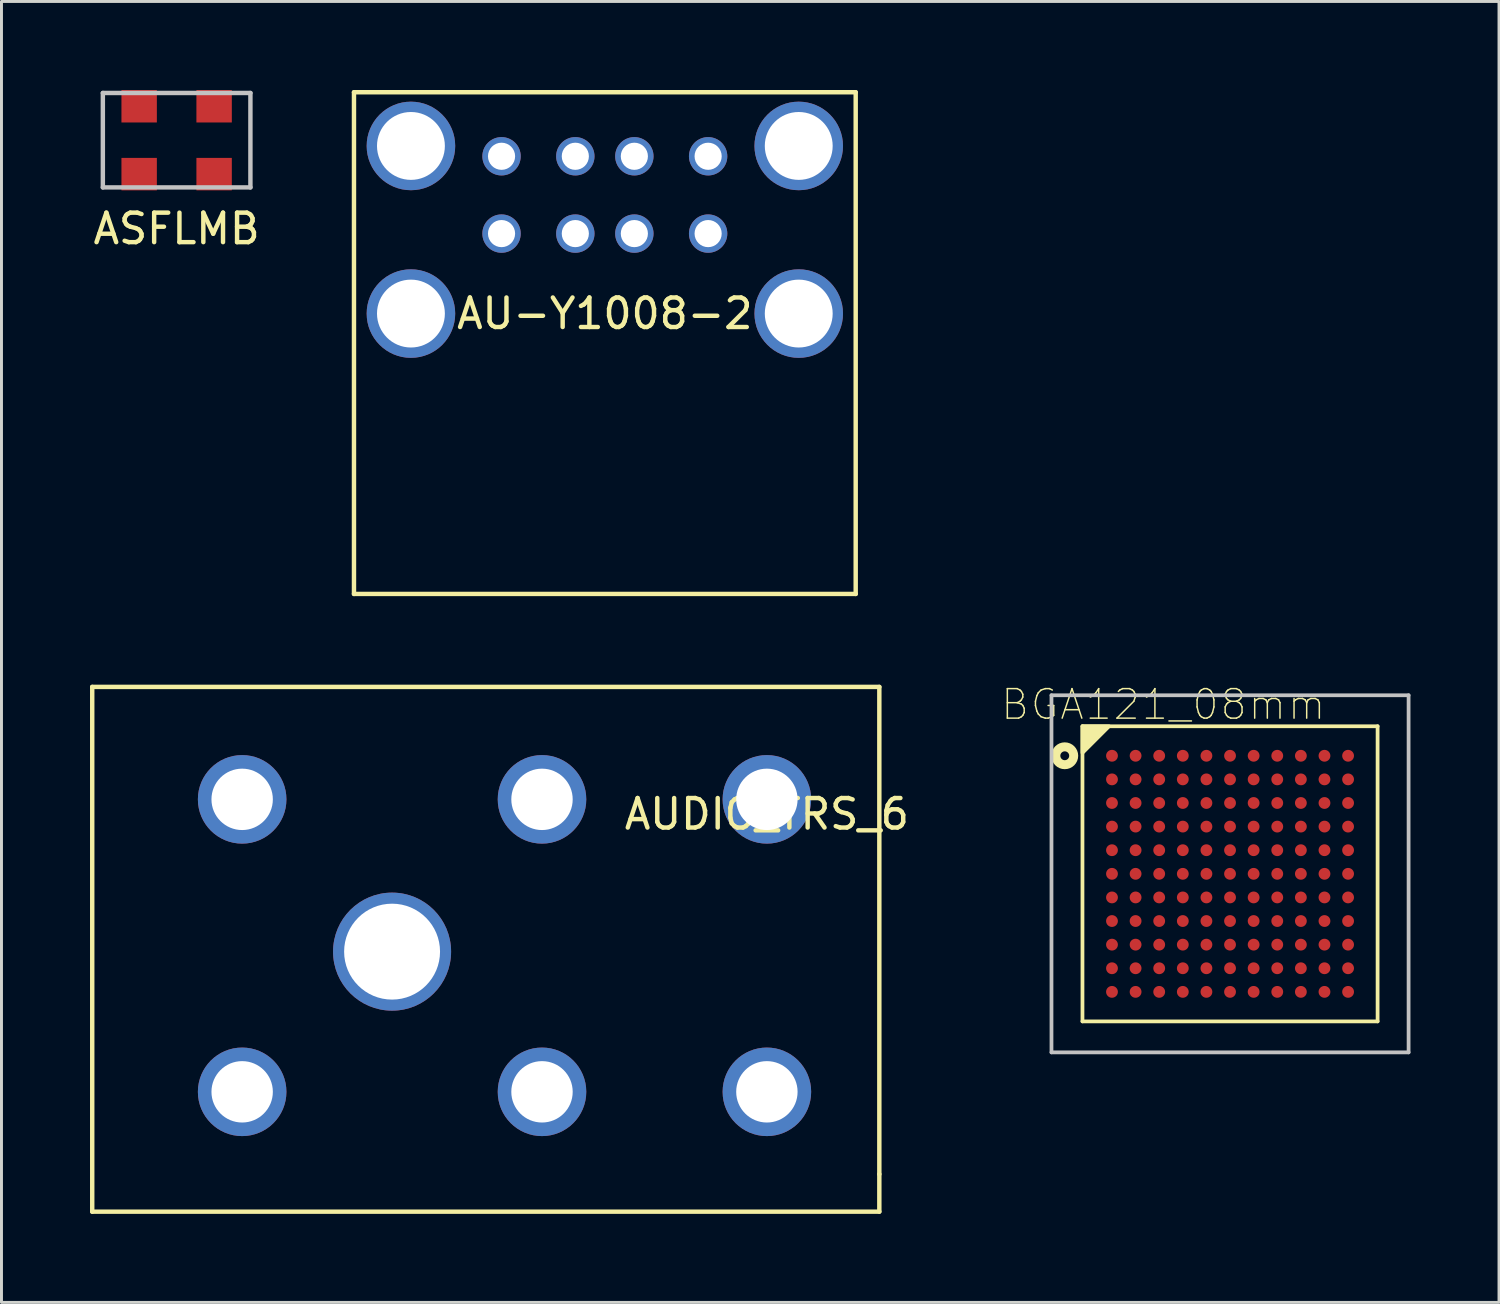
<source format=kicad_pcb>
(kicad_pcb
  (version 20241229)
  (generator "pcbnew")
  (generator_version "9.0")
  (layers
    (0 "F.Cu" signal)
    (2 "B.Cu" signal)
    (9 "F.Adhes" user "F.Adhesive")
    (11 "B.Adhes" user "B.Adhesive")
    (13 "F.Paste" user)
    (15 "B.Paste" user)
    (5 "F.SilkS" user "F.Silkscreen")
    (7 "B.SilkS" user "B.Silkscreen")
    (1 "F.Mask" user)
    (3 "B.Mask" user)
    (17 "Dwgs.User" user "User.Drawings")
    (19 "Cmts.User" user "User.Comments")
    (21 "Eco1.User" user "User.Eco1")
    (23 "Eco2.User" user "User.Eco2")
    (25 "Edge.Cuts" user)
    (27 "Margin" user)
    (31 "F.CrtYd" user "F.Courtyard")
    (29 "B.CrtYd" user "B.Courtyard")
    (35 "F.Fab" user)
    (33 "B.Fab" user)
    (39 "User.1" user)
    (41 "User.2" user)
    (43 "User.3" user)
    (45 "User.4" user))
  (footprint "AU-Y1008-2"
    (layer "F.Cu")
    (at 17.444 7.575)
    (property "Reference" "AU-Y1008-2" (at 0 0 0) (layer "F.SilkS") (effects (font (size 1 1) (thickness 0.15))))
    (attr through_hole)
    (fp_line (start -8.5 -7.5) (end -8.5 9.5) (stroke (width 0.15) (type solid)) (layer "F.SilkS"))
    (fp_line (start -8.5 9.5) (end 8.5 9.5) (stroke (width 0.15) (type solid)) (layer "F.SilkS"))
    (fp_line (start 8.5 -7.5) (end -8.5 -7.5) (stroke (width 0.15) (type solid)) (layer "F.SilkS"))
    (fp_line (start 8.5 9.5) (end 8.5 -7.5) (stroke (width 0.15) (type solid)) (layer "F.SilkS"))
    (pad "1" thru_hole circle (at -3.5 -5.33) (size 1.3 1.3) (drill 0.92) (layers "*.Cu" "*.Mask"))
    (pad "2" thru_hole circle (at -1 -5.33) (size 1.3 1.3) (drill 0.92) (layers "*.Cu" "*.Mask"))
    (pad "3" thru_hole circle (at 1 -5.33) (size 1.3 1.3) (drill 0.92) (layers "*.Cu" "*.Mask"))
    (pad "4" thru_hole circle (at 3.5 -5.33) (size 1.3 1.3) (drill 0.92) (layers "*.Cu" "*.Mask"))
    (pad "5" thru_hole circle (at -3.5 -2.71) (size 1.3 1.3) (drill 0.92) (layers "*.Cu" "*.Mask"))
    (pad "6" thru_hole circle (at -1 -2.71) (size 1.3 1.3) (drill 0.92) (layers "*.Cu" "*.Mask"))
    (pad "7" thru_hole circle (at 1 -2.71) (size 1.3 1.3) (drill 0.92) (layers "*.Cu" "*.Mask"))
    (pad "8" thru_hole circle (at 3.5 -2.71) (size 1.3 1.3) (drill 0.92) (layers "*.Cu" "*.Mask"))
    (pad "~" thru_hole circle (at -6.57 -5.68) (size 3 3) (drill 2.3) (layers "*.Cu" "*.Mask"))
    (pad "~" thru_hole circle (at -6.57 0) (size 3 3) (drill 2.3) (layers "*.Cu" "*.Mask"))
    (pad "~" thru_hole circle (at 6.57 -5.68) (size 3 3) (drill 2.3) (layers "*.Cu" "*.Mask"))
    (pad "~" thru_hole circle (at 6.57 0) (size 3 3) (drill 2.3) (layers "*.Cu" "*.Mask")))
  (footprint "AUDIO_TRS_6"
    (layer "F.Cu")
    (at 22.935 24.035)
    (property "Reference" "AUDIO_TRS_6" (at 0 0.5 0) (layer "F.SilkS") (effects (font (size 1 1) (thickness 0.15))))
    (attr through_hole)
    (fp_line (start -22.86 -3.81) (end -22.86 13.97) (stroke (width 0.15) (type solid)) (layer "F.SilkS"))
    (fp_line (start -22.86 13.97) (end 3.81 13.97) (stroke (width 0.15) (type solid)) (layer "F.SilkS"))
    (fp_line (start 3.81 -3.81) (end -22.86 -3.81) (stroke (width 0.15) (type solid)) (layer "F.SilkS"))
    (fp_line (start 3.81 12.7) (end 3.81 -3.81) (stroke (width 0.15) (type solid)) (layer "F.SilkS"))
    (fp_line (start 3.81 13.97) (end 3.81 12.7) (stroke (width 0.15) (type solid)) (layer "F.SilkS"))
    (pad "NC" thru_hole circle (at -12.7 5.16) (size 4 4) (drill 3.25) (layers "*.Cu" "*.Mask"))
    (pad "NC" thru_hole circle (at 0 9.91) (size 3 3) (drill 2.08) (layers "*.Cu" "*.Mask"))
    (pad "R" thru_hole circle (at -7.62 0) (size 3 3) (drill 2.08) (layers "*.Cu" "*.Mask"))
    (pad "RB" thru_hole circle (at -7.62 9.91) (size 3 3) (drill 2.08) (layers "*.Cu" "*.Mask"))
    (pad "S" thru_hole circle (at 0 0) (size 3 3) (drill 2.08) (layers "*.Cu" "*.Mask"))
    (pad "T" thru_hole circle (at -17.78 0) (size 3 3) (drill 2.08) (layers "*.Cu" "*.Mask"))
    (pad "TB" thru_hole circle (at -17.78 9.91) (size 3 3) (drill 2.08) (layers "*.Cu" "*.Mask")))
  (footprint "ASFLMB"
    (layer "F.Cu")
    (at 2.935 1.7)
    (property "Reference" "ASFLMB" (at 0 3 0) (layer "F.SilkS") (effects (font (size 1 1) (thickness 0.15))))
    (attr through_hole)
    (fp_line (start -2.5 -1.6) (end 2.5 -1.6) (stroke (width 0.15) (type solid)) (layer "Dwgs.User"))
    (fp_line (start -2.5 1.6) (end -2.5 -1.6) (stroke (width 0.15) (type solid)) (layer "Dwgs.User"))
    (fp_line (start 2.5 -1.6) (end 2.5 1.6) (stroke (width 0.15) (type solid)) (layer "Dwgs.User"))
    (fp_line (start 2.5 1.6) (end -2.5 1.6) (stroke (width 0.15) (type solid)) (layer "Dwgs.User"))
    (pad "1" smd rect (at -1.27 1.15) (size 1.2 1.1) (layers "F.Cu" "F.Mask" "F.Paste"))
    (pad "2" smd rect (at 1.27 1.15) (size 1.2 1.1) (layers "F.Cu" "F.Mask" "F.Paste"))
    (pad "3" smd rect (at 1.27 -1.15) (size 1.2 1.1) (layers "F.Cu" "F.Mask" "F.Paste"))
    (pad "4" smd rect (at -1.27 -1.15) (size 1.2 1.1) (layers "F.Cu" "F.Mask" "F.Paste")))
  (footprint "BGA121_08mm"
    (layer "F.Cu")
    (at 38.628 26.558)
    (property "Reference" "BGA121_08mm" (at -2.26 -5.735 0) (layer "F.SilkS") (effects (font (size 1 1) (thickness 0.05))))
    (attr smd)
    (fp_line (start -5 -5) (end 5 -5) (stroke (width 0.127) (type solid)) (layer "F.SilkS"))
    (fp_line (start -5 5) (end -5 -5) (stroke (width 0.127) (type solid)) (layer "F.SilkS"))
    (fp_line (start 5 -5) (end 5 5) (stroke (width 0.127) (type solid)) (layer "F.SilkS"))
    (fp_line (start 5 5) (end -5 5) (stroke (width 0.127) (type solid)) (layer "F.SilkS"))
    (fp_circle (center -5.6 -4) (end -5.45 -4) (stroke (width 0.305) (type solid)) (fill no) (layer "F.SilkS"))
    (fp_poly (pts (xy -5 -4.1) (xy -4.1 -5) (xy -5 -5)) (stroke (width 0.127) (type solid)) (fill yes) (layer "F.SilkS"))
    (fp_line (start -6.05 -6.05) (end 6.05 -6.05) (stroke (width 0.127) (type solid)) (layer "Dwgs.User"))
    (fp_line (start -6.05 6.05) (end -6.05 -6.05) (stroke (width 0.127) (type solid)) (layer "Dwgs.User"))
    (fp_line (start 6.05 -6.05) (end 6.05 6.05) (stroke (width 0.127) (type solid)) (layer "Dwgs.User"))
    (fp_line (start 6.05 6.05) (end -6.05 6.05) (stroke (width 0.127) (type solid)) (layer "Dwgs.User"))
    (pad "A1" smd circle (at -4 -4) (size 0.4 0.4) (layers "F.Cu" "F.Mask" "F.Paste"))
    (pad "A2" smd circle (at -3.2 -4) (size 0.4 0.4) (layers "F.Cu" "F.Mask" "F.Paste"))
    (pad "A3" smd circle (at -2.4 -4) (size 0.4 0.4) (layers "F.Cu" "F.Mask" "F.Paste"))
    (pad "A4" smd circle (at -1.6 -4) (size 0.4 0.4) (layers "F.Cu" "F.Mask" "F.Paste"))
    (pad "A5" smd circle (at -0.8 -4) (size 0.4 0.4) (layers "F.Cu" "F.Mask" "F.Paste"))
    (pad "A6" smd circle (at 0 -4) (size 0.4 0.4) (layers "F.Cu" "F.Mask" "F.Paste"))
    (pad "A7" smd circle (at 0.8 -4) (size 0.4 0.4) (layers "F.Cu" "F.Mask" "F.Paste"))
    (pad "A8" smd circle (at 1.6 -4) (size 0.4 0.4) (layers "F.Cu" "F.Mask" "F.Paste"))
    (pad "A9" smd circle (at 2.4 -4) (size 0.4 0.4) (layers "F.Cu" "F.Mask" "F.Paste"))
    (pad "A10" smd circle (at 3.2 -4) (size 0.4 0.4) (layers "F.Cu" "F.Mask" "F.Paste"))
    (pad "A11" smd circle (at 4 -4) (size 0.4 0.4) (layers "F.Cu" "F.Mask" "F.Paste"))
    (pad "B1" smd circle (at -4 -3.2) (size 0.4 0.4) (layers "F.Cu" "F.Mask" "F.Paste"))
    (pad "B2" smd circle (at -3.2 -3.2) (size 0.4 0.4) (layers "F.Cu" "F.Mask" "F.Paste"))
    (pad "B3" smd circle (at -2.4 -3.2) (size 0.4 0.4) (layers "F.Cu" "F.Mask" "F.Paste"))
    (pad "B4" smd circle (at -1.6 -3.2) (size 0.4 0.4) (layers "F.Cu" "F.Mask" "F.Paste"))
    (pad "B5" smd circle (at -0.8 -3.2) (size 0.4 0.4) (layers "F.Cu" "F.Mask" "F.Paste"))
    (pad "B6" smd circle (at 0 -3.2) (size 0.4 0.4) (layers "F.Cu" "F.Mask" "F.Paste"))
    (pad "B7" smd circle (at 0.8 -3.2) (size 0.4 0.4) (layers "F.Cu" "F.Mask" "F.Paste"))
    (pad "B8" smd circle (at 1.6 -3.2) (size 0.4 0.4) (layers "F.Cu" "F.Mask" "F.Paste"))
    (pad "B9" smd circle (at 2.4 -3.2) (size 0.4 0.4) (layers "F.Cu" "F.Mask" "F.Paste"))
    (pad "B10" smd circle (at 3.2 -3.2) (size 0.4 0.4) (layers "F.Cu" "F.Mask" "F.Paste"))
    (pad "B11" smd circle (at 4 -3.2) (size 0.4 0.4) (layers "F.Cu" "F.Mask" "F.Paste"))
    (pad "C1" smd circle (at -4 -2.4) (size 0.4 0.4) (layers "F.Cu" "F.Mask" "F.Paste"))
    (pad "C2" smd circle (at -3.2 -2.4) (size 0.4 0.4) (layers "F.Cu" "F.Mask" "F.Paste"))
    (pad "C3" smd circle (at -2.4 -2.4) (size 0.4 0.4) (layers "F.Cu" "F.Mask" "F.Paste"))
    (pad "C4" smd circle (at -1.6 -2.4) (size 0.4 0.4) (layers "F.Cu" "F.Mask" "F.Paste"))
    (pad "C5" smd circle (at -0.8 -2.4) (size 0.4 0.4) (layers "F.Cu" "F.Mask" "F.Paste"))
    (pad "C6" smd circle (at 0 -2.4) (size 0.4 0.4) (layers "F.Cu" "F.Mask" "F.Paste"))
    (pad "C7" smd circle (at 0.8 -2.4) (size 0.4 0.4) (layers "F.Cu" "F.Mask" "F.Paste"))
    (pad "C8" smd circle (at 1.6 -2.4) (size 0.4 0.4) (layers "F.Cu" "F.Mask" "F.Paste"))
    (pad "C9" smd circle (at 2.4 -2.4) (size 0.4 0.4) (layers "F.Cu" "F.Mask" "F.Paste"))
    (pad "C10" smd circle (at 3.2 -2.4) (size 0.4 0.4) (layers "F.Cu" "F.Mask" "F.Paste"))
    (pad "C11" smd circle (at 4 -2.4) (size 0.4 0.4) (layers "F.Cu" "F.Mask" "F.Paste"))
    (pad "D1" smd circle (at -4 -1.6) (size 0.4 0.4) (layers "F.Cu" "F.Mask" "F.Paste"))
    (pad "D2" smd circle (at -3.2 -1.6) (size 0.4 0.4) (layers "F.Cu" "F.Mask" "F.Paste"))
    (pad "D3" smd circle (at -2.4 -1.6) (size 0.4 0.4) (layers "F.Cu" "F.Mask" "F.Paste"))
    (pad "D4" smd circle (at -1.6 -1.6) (size 0.4 0.4) (layers "F.Cu" "F.Mask" "F.Paste"))
    (pad "D5" smd circle (at -0.8 -1.6) (size 0.4 0.4) (layers "F.Cu" "F.Mask" "F.Paste"))
    (pad "D6" smd circle (at 0 -1.6) (size 0.4 0.4) (layers "F.Cu" "F.Mask" "F.Paste"))
    (pad "D7" smd circle (at 0.8 -1.6) (size 0.4 0.4) (layers "F.Cu" "F.Mask" "F.Paste"))
    (pad "D8" smd circle (at 1.6 -1.6) (size 0.4 0.4) (layers "F.Cu" "F.Mask" "F.Paste"))
    (pad "D9" smd circle (at 2.4 -1.6) (size 0.4 0.4) (layers "F.Cu" "F.Mask" "F.Paste"))
    (pad "D10" smd circle (at 3.2 -1.6) (size 0.4 0.4) (layers "F.Cu" "F.Mask" "F.Paste"))
    (pad "D11" smd circle (at 4 -1.6) (size 0.4 0.4) (layers "F.Cu" "F.Mask" "F.Paste"))
    (pad "E1" smd circle (at -4 -0.8) (size 0.4 0.4) (layers "F.Cu" "F.Mask" "F.Paste"))
    (pad "E2" smd circle (at -3.2 -0.8) (size 0.4 0.4) (layers "F.Cu" "F.Mask" "F.Paste"))
    (pad "E3" smd circle (at -2.4 -0.8) (size 0.4 0.4) (layers "F.Cu" "F.Mask" "F.Paste"))
    (pad "E4" smd circle (at -1.6 -0.8) (size 0.4 0.4) (layers "F.Cu" "F.Mask" "F.Paste"))
    (pad "E5" smd circle (at -0.8 -0.8) (size 0.4 0.4) (layers "F.Cu" "F.Mask" "F.Paste"))
    (pad "E6" smd circle (at 0 -0.8) (size 0.4 0.4) (layers "F.Cu" "F.Mask" "F.Paste"))
    (pad "E7" smd circle (at 0.8 -0.8) (size 0.4 0.4) (layers "F.Cu" "F.Mask" "F.Paste"))
    (pad "E8" smd circle (at 1.6 -0.8) (size 0.4 0.4) (layers "F.Cu" "F.Mask" "F.Paste"))
    (pad "E9" smd circle (at 2.4 -0.8) (size 0.4 0.4) (layers "F.Cu" "F.Mask" "F.Paste"))
    (pad "E10" smd circle (at 3.2 -0.8) (size 0.4 0.4) (layers "F.Cu" "F.Mask" "F.Paste"))
    (pad "E11" smd circle (at 4 -0.8) (size 0.4 0.4) (layers "F.Cu" "F.Mask" "F.Paste"))
    (pad "F1" smd circle (at -4 0) (size 0.4 0.4) (layers "F.Cu" "F.Mask" "F.Paste"))
    (pad "F2" smd circle (at -3.2 0) (size 0.4 0.4) (layers "F.Cu" "F.Mask" "F.Paste"))
    (pad "F3" smd circle (at -2.4 0) (size 0.4 0.4) (layers "F.Cu" "F.Mask" "F.Paste"))
    (pad "F4" smd circle (at -1.6 0) (size 0.4 0.4) (layers "F.Cu" "F.Mask" "F.Paste"))
    (pad "F5" smd circle (at -0.8 0) (size 0.4 0.4) (layers "F.Cu" "F.Mask" "F.Paste"))
    (pad "F6" smd circle (at 0 0) (size 0.4 0.4) (layers "F.Cu" "F.Mask" "F.Paste"))
    (pad "F7" smd circle (at 0.8 0) (size 0.4 0.4) (layers "F.Cu" "F.Mask" "F.Paste"))
    (pad "F8" smd circle (at 1.6 0) (size 0.4 0.4) (layers "F.Cu" "F.Mask" "F.Paste"))
    (pad "F9" smd circle (at 2.4 0) (size 0.4 0.4) (layers "F.Cu" "F.Mask" "F.Paste"))
    (pad "F10" smd circle (at 3.2 0) (size 0.4 0.4) (layers "F.Cu" "F.Mask" "F.Paste"))
    (pad "F11" smd circle (at 4 0) (size 0.4 0.4) (layers "F.Cu" "F.Mask" "F.Paste"))
    (pad "G1" smd circle (at -4 0.8) (size 0.4 0.4) (layers "F.Cu" "F.Mask" "F.Paste"))
    (pad "G2" smd circle (at -3.2 0.8) (size 0.4 0.4) (layers "F.Cu" "F.Mask" "F.Paste"))
    (pad "G3" smd circle (at -2.4 0.8) (size 0.4 0.4) (layers "F.Cu" "F.Mask" "F.Paste"))
    (pad "G4" smd circle (at -1.6 0.8) (size 0.4 0.4) (layers "F.Cu" "F.Mask" "F.Paste"))
    (pad "G5" smd circle (at -0.8 0.8) (size 0.4 0.4) (layers "F.Cu" "F.Mask" "F.Paste"))
    (pad "G6" smd circle (at 0 0.8) (size 0.4 0.4) (layers "F.Cu" "F.Mask" "F.Paste"))
    (pad "G7" smd circle (at 0.8 0.8) (size 0.4 0.4) (layers "F.Cu" "F.Mask" "F.Paste"))
    (pad "G8" smd circle (at 1.6 0.8) (size 0.4 0.4) (layers "F.Cu" "F.Mask" "F.Paste"))
    (pad "G9" smd circle (at 2.4 0.8) (size 0.4 0.4) (layers "F.Cu" "F.Mask" "F.Paste"))
    (pad "G10" smd circle (at 3.2 0.8) (size 0.4 0.4) (layers "F.Cu" "F.Mask" "F.Paste"))
    (pad "G11" smd circle (at 4 0.8) (size 0.4 0.4) (layers "F.Cu" "F.Mask" "F.Paste"))
    (pad "H1" smd circle (at -4 1.6) (size 0.4 0.4) (layers "F.Cu" "F.Mask" "F.Paste"))
    (pad "H2" smd circle (at -3.2 1.6) (size 0.4 0.4) (layers "F.Cu" "F.Mask" "F.Paste"))
    (pad "H3" smd circle (at -2.4 1.6) (size 0.4 0.4) (layers "F.Cu" "F.Mask" "F.Paste"))
    (pad "H4" smd circle (at -1.6 1.6) (size 0.4 0.4) (layers "F.Cu" "F.Mask" "F.Paste"))
    (pad "H5" smd circle (at -0.8 1.6) (size 0.4 0.4) (layers "F.Cu" "F.Mask" "F.Paste"))
    (pad "H6" smd circle (at 0 1.6) (size 0.4 0.4) (layers "F.Cu" "F.Mask" "F.Paste"))
    (pad "H7" smd circle (at 0.8 1.6) (size 0.4 0.4) (layers "F.Cu" "F.Mask" "F.Paste"))
    (pad "H8" smd circle (at 1.6 1.6) (size 0.4 0.4) (layers "F.Cu" "F.Mask" "F.Paste"))
    (pad "H9" smd circle (at 2.4 1.6) (size 0.4 0.4) (layers "F.Cu" "F.Mask" "F.Paste"))
    (pad "H10" smd circle (at 3.2 1.6) (size 0.4 0.4) (layers "F.Cu" "F.Mask" "F.Paste"))
    (pad "H11" smd circle (at 4 1.6) (size 0.4 0.4) (layers "F.Cu" "F.Mask" "F.Paste"))
    (pad "J1" smd circle (at -4 2.4) (size 0.4 0.4) (layers "F.Cu" "F.Mask" "F.Paste"))
    (pad "J2" smd circle (at -3.2 2.4) (size 0.4 0.4) (layers "F.Cu" "F.Mask" "F.Paste"))
    (pad "J3" smd circle (at -2.4 2.4) (size 0.4 0.4) (layers "F.Cu" "F.Mask" "F.Paste"))
    (pad "J4" smd circle (at -1.6 2.4) (size 0.4 0.4) (layers "F.Cu" "F.Mask" "F.Paste"))
    (pad "J5" smd circle (at -0.8 2.4) (size 0.4 0.4) (layers "F.Cu" "F.Mask" "F.Paste"))
    (pad "J6" smd circle (at 0 2.4) (size 0.4 0.4) (layers "F.Cu" "F.Mask" "F.Paste"))
    (pad "J7" smd circle (at 0.8 2.4) (size 0.4 0.4) (layers "F.Cu" "F.Mask" "F.Paste"))
    (pad "J8" smd circle (at 1.6 2.4) (size 0.4 0.4) (layers "F.Cu" "F.Mask" "F.Paste"))
    (pad "J9" smd circle (at 2.4 2.4) (size 0.4 0.4) (layers "F.Cu" "F.Mask" "F.Paste"))
    (pad "J10" smd circle (at 3.2 2.4) (size 0.4 0.4) (layers "F.Cu" "F.Mask" "F.Paste"))
    (pad "J11" smd circle (at 4 2.4) (size 0.4 0.4) (layers "F.Cu" "F.Mask" "F.Paste"))
    (pad "K1" smd circle (at -4 3.2) (size 0.4 0.4) (layers "F.Cu" "F.Mask" "F.Paste"))
    (pad "K2" smd circle (at -3.2 3.2) (size 0.4 0.4) (layers "F.Cu" "F.Mask" "F.Paste"))
    (pad "K3" smd circle (at -2.4 3.2) (size 0.4 0.4) (layers "F.Cu" "F.Mask" "F.Paste"))
    (pad "K4" smd circle (at -1.6 3.2) (size 0.4 0.4) (layers "F.Cu" "F.Mask" "F.Paste"))
    (pad "K5" smd circle (at -0.8 3.2) (size 0.4 0.4) (layers "F.Cu" "F.Mask" "F.Paste"))
    (pad "K6" smd circle (at 0 3.2) (size 0.4 0.4) (layers "F.Cu" "F.Mask" "F.Paste"))
    (pad "K7" smd circle (at 0.8 3.2) (size 0.4 0.4) (layers "F.Cu" "F.Mask" "F.Paste"))
    (pad "K8" smd circle (at 1.6 3.2) (size 0.4 0.4) (layers "F.Cu" "F.Mask" "F.Paste"))
    (pad "K9" smd circle (at 2.4 3.2) (size 0.4 0.4) (layers "F.Cu" "F.Mask" "F.Paste"))
    (pad "K10" smd circle (at 3.2 3.2) (size 0.4 0.4) (layers "F.Cu" "F.Mask" "F.Paste"))
    (pad "K11" smd circle (at 4 3.2) (size 0.4 0.4) (layers "F.Cu" "F.Mask" "F.Paste"))
    (pad "L1" smd circle (at -4 4) (size 0.4 0.4) (layers "F.Cu" "F.Mask" "F.Paste"))
    (pad "L2" smd circle (at -3.2 4) (size 0.4 0.4) (layers "F.Cu" "F.Mask" "F.Paste"))
    (pad "L3" smd circle (at -2.4 4) (size 0.4 0.4) (layers "F.Cu" "F.Mask" "F.Paste"))
    (pad "L4" smd circle (at -1.6 4) (size 0.4 0.4) (layers "F.Cu" "F.Mask" "F.Paste"))
    (pad "L5" smd circle (at -0.8 4) (size 0.4 0.4) (layers "F.Cu" "F.Mask" "F.Paste"))
    (pad "L6" smd circle (at 0 4) (size 0.4 0.4) (layers "F.Cu" "F.Mask" "F.Paste"))
    (pad "L7" smd circle (at 0.8 4) (size 0.4 0.4) (layers "F.Cu" "F.Mask" "F.Paste"))
    (pad "L8" smd circle (at 1.6 4) (size 0.4 0.4) (layers "F.Cu" "F.Mask" "F.Paste"))
    (pad "L9" smd circle (at 2.4 4) (size 0.4 0.4) (layers "F.Cu" "F.Mask" "F.Paste"))
    (pad "L10" smd circle (at 3.2 4) (size 0.4 0.4) (layers "F.Cu" "F.Mask" "F.Paste"))
    (pad "L11" smd circle (at 4 4) (size 0.4 0.4) (layers "F.Cu" "F.Mask" "F.Paste")))
  (gr_rect
    (start -3 -3)
    (end 47.742 41.08)
    (stroke (width 0.1) (type default))
    (fill no)
    (layer "Edge.Cuts")))
</source>
